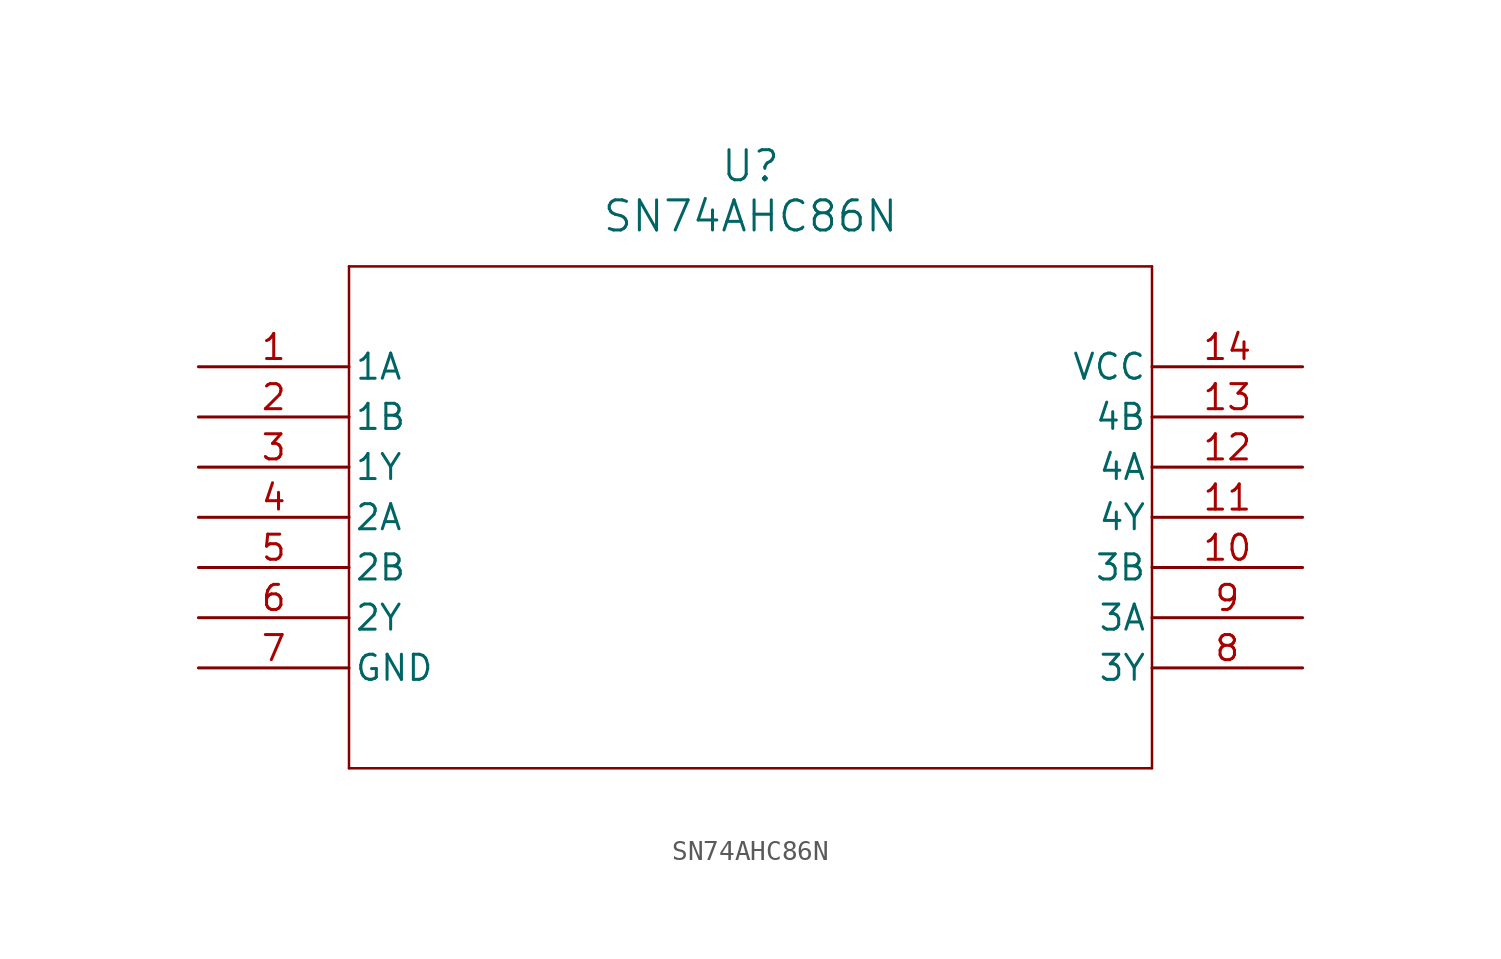
<source format=kicad_sym>
(kicad_symbol_lib
  (version 20220914)
  (generator kicad_symbol_editor)
  (symbol "SN74AHC86N"
    (pin_names
      (offset 0.254))
    (property "Reference" "U"
      (at 27.94 10.16 0)
      (effects (font (size 1.524 1.524))))
    (property "Value" "SN74AHC86N"
      (at 27.94 7.62 0)
      (effects (font (size 1.524 1.524))))
    (property "ki_locked" ""
      (at 0 0 0)
      (effects (font (size 1.27 1.27))))
    (symbol "SN74AHC86N_0_1"
      (polyline (pts (xy 7.62 -20.32) (xy 48.26 -20.32)) (stroke (width 0.127) (type default)) (fill (type none)))
      (polyline (pts (xy 7.62 5.08) (xy 7.62 -20.32)) (stroke (width 0.127) (type default)) (fill (type none)))
      (polyline (pts (xy 48.26 -20.32) (xy 48.26 5.08)) (stroke (width 0.127) (type default)) (fill (type none)))
      (polyline (pts (xy 48.26 5.08) (xy 7.62 5.08)) (stroke (width 0.127) (type default)) (fill (type none)))
      (pin input line (at 0 0 0) (length 7.62) (name "1A" (effects (font (size 1.27 1.27)))) (number "1" (effects (font (size 1.27 1.27)))))
      (pin input line (at 55.88 -10.16 180) (length 7.62) (name "3B" (effects (font (size 1.27 1.27)))) (number "10" (effects (font (size 1.27 1.27)))))
      (pin output line (at 55.88 -7.62 180) (length 7.62) (name "4Y" (effects (font (size 1.27 1.27)))) (number "11" (effects (font (size 1.27 1.27)))))
      (pin input line (at 55.88 -5.08 180) (length 7.62) (name "4A" (effects (font (size 1.27 1.27)))) (number "12" (effects (font (size 1.27 1.27)))))
      (pin input line (at 55.88 -2.54 180) (length 7.62) (name "4B" (effects (font (size 1.27 1.27)))) (number "13" (effects (font (size 1.27 1.27)))))
      (pin power_in line (at 55.88 0 180) (length 7.62) (name "VCC" (effects (font (size 1.27 1.27)))) (number "14" (effects (font (size 1.27 1.27)))))
      (pin input line (at 0 -2.54 0) (length 7.62) (name "1B" (effects (font (size 1.27 1.27)))) (number "2" (effects (font (size 1.27 1.27)))))
      (pin output line (at 0 -5.08 0) (length 7.62) (name "1Y" (effects (font (size 1.27 1.27)))) (number "3" (effects (font (size 1.27 1.27)))))
      (pin input line (at 0 -7.62 0) (length 7.62) (name "2A" (effects (font (size 1.27 1.27)))) (number "4" (effects (font (size 1.27 1.27)))))
      (pin input line (at 0 -10.16 0) (length 7.62) (name "2B" (effects (font (size 1.27 1.27)))) (number "5" (effects (font (size 1.27 1.27)))))
      (pin output line (at 0 -12.7 0) (length 7.62) (name "2Y" (effects (font (size 1.27 1.27)))) (number "6" (effects (font (size 1.27 1.27)))))
      (pin power_in line (at 0 -15.24 0) (length 7.62) (name "GND" (effects (font (size 1.27 1.27)))) (number "7" (effects (font (size 1.27 1.27)))))
      (pin output line (at 55.88 -15.24 180) (length 7.62) (name "3Y" (effects (font (size 1.27 1.27)))) (number "8" (effects (font (size 1.27 1.27)))))
      (pin input line (at 55.88 -12.7 180) (length 7.62) (name "3A" (effects (font (size 1.27 1.27)))) (number "9" (effects (font (size 1.27 1.27))))))))
</source>
